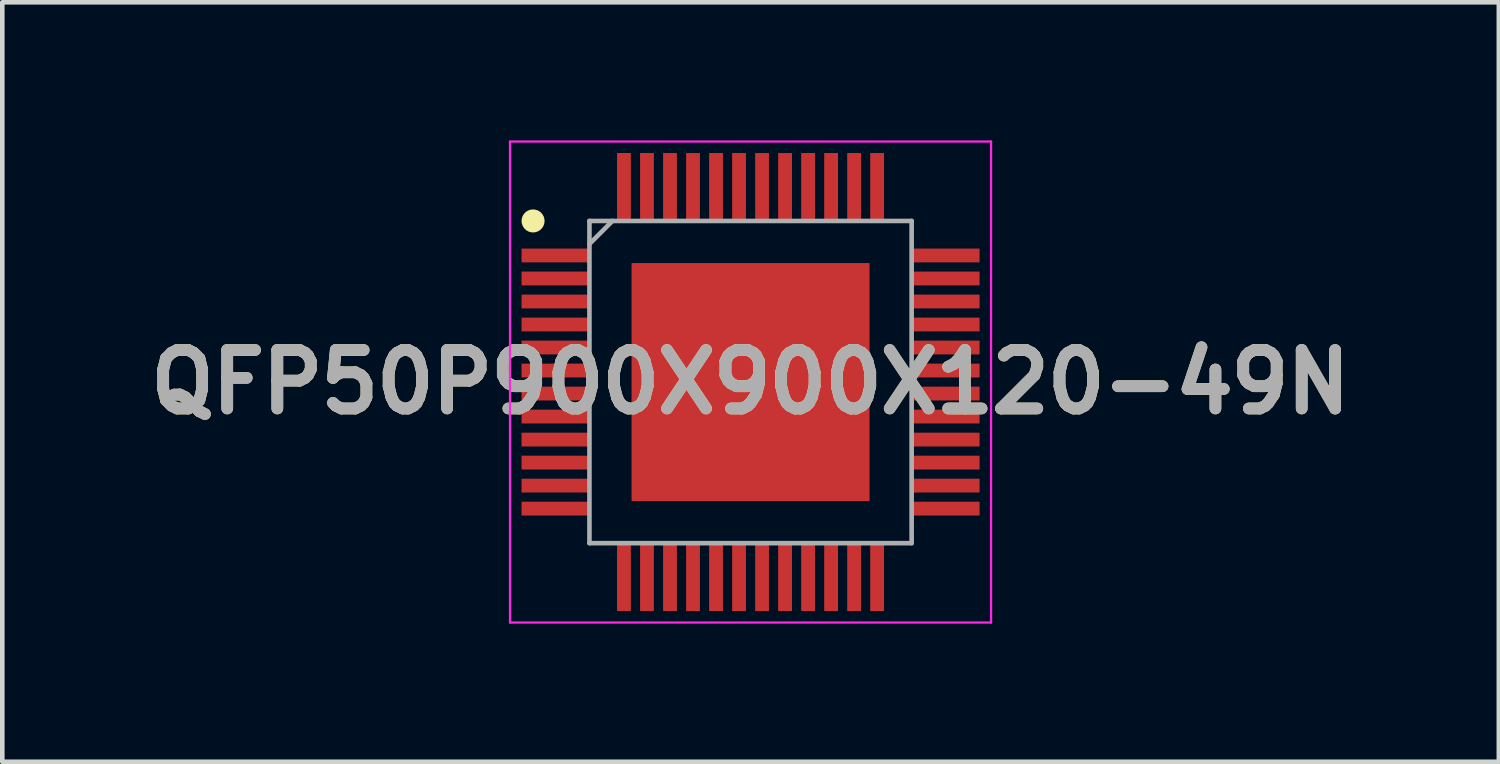
<source format=kicad_pcb>
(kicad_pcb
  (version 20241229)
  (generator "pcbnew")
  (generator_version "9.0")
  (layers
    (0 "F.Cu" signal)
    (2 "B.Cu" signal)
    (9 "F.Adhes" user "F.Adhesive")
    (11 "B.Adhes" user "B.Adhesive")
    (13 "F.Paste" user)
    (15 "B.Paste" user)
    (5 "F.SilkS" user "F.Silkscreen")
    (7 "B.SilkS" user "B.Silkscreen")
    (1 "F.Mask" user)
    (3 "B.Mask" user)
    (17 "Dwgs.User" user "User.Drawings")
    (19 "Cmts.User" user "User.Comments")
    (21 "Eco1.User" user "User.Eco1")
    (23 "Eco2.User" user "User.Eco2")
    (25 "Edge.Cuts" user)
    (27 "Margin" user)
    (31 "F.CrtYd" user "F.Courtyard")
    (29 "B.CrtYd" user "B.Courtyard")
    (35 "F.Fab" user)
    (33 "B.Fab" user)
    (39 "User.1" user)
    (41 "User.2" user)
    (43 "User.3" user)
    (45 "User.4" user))
  (footprint "QFP50P900X900X120-49N"
    (layer "F.Cu")
    (at 13.256 5.25)
    (property "Reference" "QFP50P900X900X120-49N" (at 0 0 0) (layer "F.SilkS") (effects (font (size 1.27 1.27) (thickness 0.254))))
    (attr smd)
    (fp_circle (center -4.725 -3.5) (end -4.725 -3.375) (stroke (width 0.25) (type solid)) (fill no) (layer "F.SilkS"))
    (fp_line (start -5.225 -5.225) (end 5.225 -5.225) (stroke (width 0.05) (type solid)) (layer "F.CrtYd"))
    (fp_line (start -5.225 5.225) (end -5.225 -5.225) (stroke (width 0.05) (type solid)) (layer "F.CrtYd"))
    (fp_line (start 5.225 -5.225) (end 5.225 5.225) (stroke (width 0.05) (type solid)) (layer "F.CrtYd"))
    (fp_line (start 5.225 5.225) (end -5.225 5.225) (stroke (width 0.05) (type solid)) (layer "F.CrtYd"))
    (fp_line (start -3.5 -3.5) (end 3.5 -3.5) (stroke (width 0.1) (type solid)) (layer "F.Fab"))
    (fp_line (start -3.5 -3) (end -3 -3.5) (stroke (width 0.1) (type solid)) (layer "F.Fab"))
    (fp_line (start -3.5 3.5) (end -3.5 -3.5) (stroke (width 0.1) (type solid)) (layer "F.Fab"))
    (fp_line (start 3.5 -3.5) (end 3.5 3.5) (stroke (width 0.1) (type solid)) (layer "F.Fab"))
    (fp_line (start 3.5 3.5) (end -3.5 3.5) (stroke (width 0.1) (type solid)) (layer "F.Fab"))
    (fp_text user "${REFERENCE}" (at 0 0 0) (layer "F.Fab") (effects (font (size 1.27 1.27) (thickness 0.254))))
    (pad "1" smd rect (at -4.238 -2.75 90) (size 0.3 1.475) (layers "F.Cu" "F.Mask" "F.Paste"))
    (pad "2" smd rect (at -4.238 -2.25 90) (size 0.3 1.475) (layers "F.Cu" "F.Mask" "F.Paste"))
    (pad "3" smd rect (at -4.238 -1.75 90) (size 0.3 1.475) (layers "F.Cu" "F.Mask" "F.Paste"))
    (pad "4" smd rect (at -4.238 -1.25 90) (size 0.3 1.475) (layers "F.Cu" "F.Mask" "F.Paste"))
    (pad "5" smd rect (at -4.238 -0.75 90) (size 0.3 1.475) (layers "F.Cu" "F.Mask" "F.Paste"))
    (pad "6" smd rect (at -4.238 -0.25 90) (size 0.3 1.475) (layers "F.Cu" "F.Mask" "F.Paste"))
    (pad "7" smd rect (at -4.238 0.25 90) (size 0.3 1.475) (layers "F.Cu" "F.Mask" "F.Paste"))
    (pad "8" smd rect (at -4.238 0.75 90) (size 0.3 1.475) (layers "F.Cu" "F.Mask" "F.Paste"))
    (pad "9" smd rect (at -4.238 1.25 90) (size 0.3 1.475) (layers "F.Cu" "F.Mask" "F.Paste"))
    (pad "10" smd rect (at -4.238 1.75 90) (size 0.3 1.475) (layers "F.Cu" "F.Mask" "F.Paste"))
    (pad "11" smd rect (at -4.238 2.25 90) (size 0.3 1.475) (layers "F.Cu" "F.Mask" "F.Paste"))
    (pad "12" smd rect (at -4.238 2.75 90) (size 0.3 1.475) (layers "F.Cu" "F.Mask" "F.Paste"))
    (pad "13" smd rect (at -2.75 4.238) (size 0.3 1.475) (layers "F.Cu" "F.Mask" "F.Paste"))
    (pad "14" smd rect (at -2.25 4.238) (size 0.3 1.475) (layers "F.Cu" "F.Mask" "F.Paste"))
    (pad "15" smd rect (at -1.75 4.238) (size 0.3 1.475) (layers "F.Cu" "F.Mask" "F.Paste"))
    (pad "16" smd rect (at -1.25 4.238) (size 0.3 1.475) (layers "F.Cu" "F.Mask" "F.Paste"))
    (pad "17" smd rect (at -0.75 4.238) (size 0.3 1.475) (layers "F.Cu" "F.Mask" "F.Paste"))
    (pad "18" smd rect (at -0.25 4.238) (size 0.3 1.475) (layers "F.Cu" "F.Mask" "F.Paste"))
    (pad "19" smd rect (at 0.25 4.238) (size 0.3 1.475) (layers "F.Cu" "F.Mask" "F.Paste"))
    (pad "20" smd rect (at 0.75 4.238) (size 0.3 1.475) (layers "F.Cu" "F.Mask" "F.Paste"))
    (pad "21" smd rect (at 1.25 4.238) (size 0.3 1.475) (layers "F.Cu" "F.Mask" "F.Paste"))
    (pad "22" smd rect (at 1.75 4.238) (size 0.3 1.475) (layers "F.Cu" "F.Mask" "F.Paste"))
    (pad "23" smd rect (at 2.25 4.238) (size 0.3 1.475) (layers "F.Cu" "F.Mask" "F.Paste"))
    (pad "24" smd rect (at 2.75 4.238) (size 0.3 1.475) (layers "F.Cu" "F.Mask" "F.Paste"))
    (pad "25" smd rect (at 4.238 2.75 90) (size 0.3 1.475) (layers "F.Cu" "F.Mask" "F.Paste"))
    (pad "26" smd rect (at 4.238 2.25 90) (size 0.3 1.475) (layers "F.Cu" "F.Mask" "F.Paste"))
    (pad "27" smd rect (at 4.238 1.75 90) (size 0.3 1.475) (layers "F.Cu" "F.Mask" "F.Paste"))
    (pad "28" smd rect (at 4.238 1.25 90) (size 0.3 1.475) (layers "F.Cu" "F.Mask" "F.Paste"))
    (pad "29" smd rect (at 4.238 0.75 90) (size 0.3 1.475) (layers "F.Cu" "F.Mask" "F.Paste"))
    (pad "30" smd rect (at 4.238 0.25 90) (size 0.3 1.475) (layers "F.Cu" "F.Mask" "F.Paste"))
    (pad "31" smd rect (at 4.238 -0.25 90) (size 0.3 1.475) (layers "F.Cu" "F.Mask" "F.Paste"))
    (pad "32" smd rect (at 4.238 -0.75 90) (size 0.3 1.475) (layers "F.Cu" "F.Mask" "F.Paste"))
    (pad "33" smd rect (at 4.238 -1.25 90) (size 0.3 1.475) (layers "F.Cu" "F.Mask" "F.Paste"))
    (pad "34" smd rect (at 4.238 -1.75 90) (size 0.3 1.475) (layers "F.Cu" "F.Mask" "F.Paste"))
    (pad "35" smd rect (at 4.238 -2.25 90) (size 0.3 1.475) (layers "F.Cu" "F.Mask" "F.Paste"))
    (pad "36" smd rect (at 4.238 -2.75 90) (size 0.3 1.475) (layers "F.Cu" "F.Mask" "F.Paste"))
    (pad "37" smd rect (at 2.75 -4.238) (size 0.3 1.475) (layers "F.Cu" "F.Mask" "F.Paste"))
    (pad "38" smd rect (at 2.25 -4.238) (size 0.3 1.475) (layers "F.Cu" "F.Mask" "F.Paste"))
    (pad "39" smd rect (at 1.75 -4.238) (size 0.3 1.475) (layers "F.Cu" "F.Mask" "F.Paste"))
    (pad "40" smd rect (at 1.25 -4.238) (size 0.3 1.475) (layers "F.Cu" "F.Mask" "F.Paste"))
    (pad "41" smd rect (at 0.75 -4.238) (size 0.3 1.475) (layers "F.Cu" "F.Mask" "F.Paste"))
    (pad "42" smd rect (at 0.25 -4.238) (size 0.3 1.475) (layers "F.Cu" "F.Mask" "F.Paste"))
    (pad "43" smd rect (at -0.25 -4.238) (size 0.3 1.475) (layers "F.Cu" "F.Mask" "F.Paste"))
    (pad "44" smd rect (at -0.75 -4.238) (size 0.3 1.475) (layers "F.Cu" "F.Mask" "F.Paste"))
    (pad "45" smd rect (at -1.25 -4.238) (size 0.3 1.475) (layers "F.Cu" "F.Mask" "F.Paste"))
    (pad "46" smd rect (at -1.75 -4.238) (size 0.3 1.475) (layers "F.Cu" "F.Mask" "F.Paste"))
    (pad "47" smd rect (at -2.25 -4.238) (size 0.3 1.475) (layers "F.Cu" "F.Mask" "F.Paste"))
    (pad "48" smd rect (at -2.75 -4.238) (size 0.3 1.475) (layers "F.Cu" "F.Mask" "F.Paste"))
    (pad "49" smd rect (at 0 0) (size 5.17 5.17) (layers "F.Cu" "F.Mask" "F.Paste")))
  (gr_rect
    (start -3 -3)
    (end 29.513 13.5)
    (stroke (width 0.1) (type default))
    (fill no)
    (layer "Edge.Cuts")))
</source>
